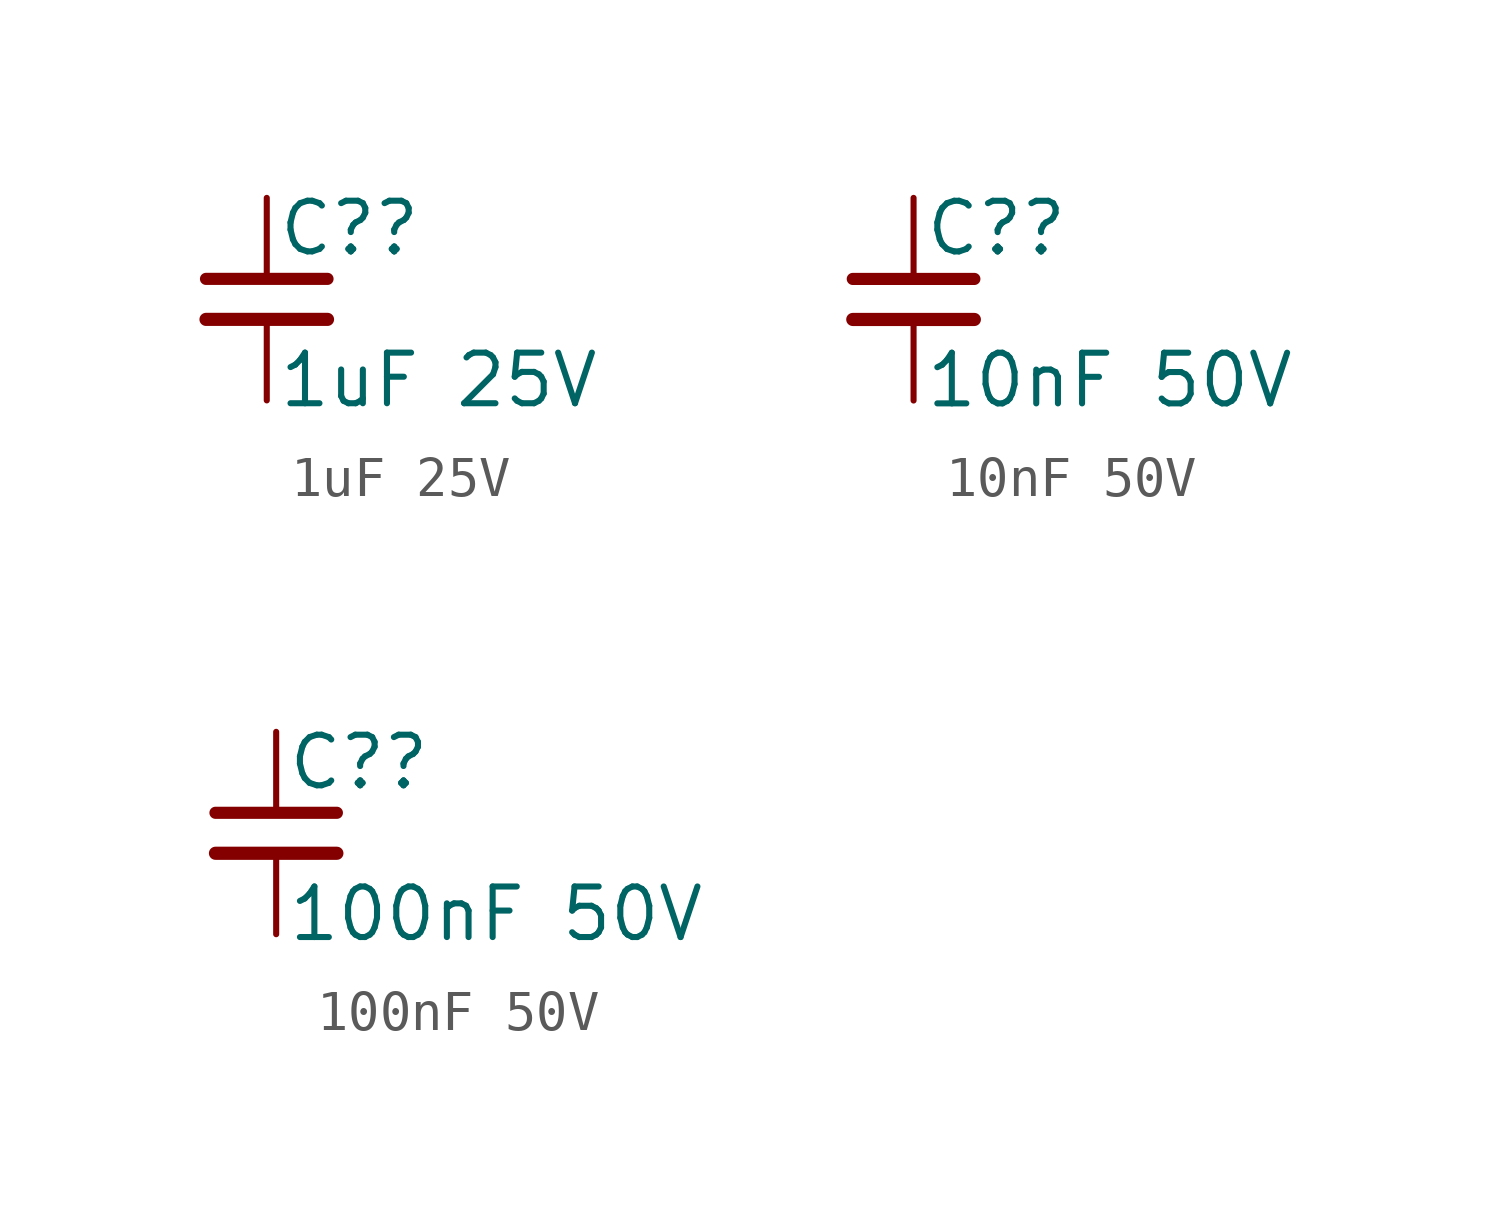
<source format=kicad_sym>
(kicad_symbol_lib
  (version 20241209)
  (generator "kicad_symbol_editor")
  (generator_version "9.0")
  (symbol "1uF 25V"
    (pin_numbers
      (hide yes))
    (pin_names
      (offset 0.254)
      (hide yes))
    (property "Reference" "C?"
      (at 0.254 1.778 0)
      (effects (font (size 1.27 1.27)) (justify left)))
    (property "Value" "1uF 25V"
      (at 0.254 -2.032 0)
      (effects (font (size 1.27 1.27)) (justify left)))
    (symbol "1uF 25V_0_1"
      (polyline (pts (xy -1.524 0.508) (xy 1.524 0.508)) (stroke (width 0.305) (type default)) (fill (type none)))
      (polyline (pts (xy -1.524 -0.508) (xy 1.524 -0.508)) (stroke (width 0.33) (type default)) (fill (type none))))
    (symbol "1uF 25V_1_1"
      (pin passive line (at 0 2.54 270) (length 2.032) (name "~" (effects (font (size 1.27 1.27)))) (number "1" (effects (font (size 1.27 1.27)))))
      (pin passive line (at 0 -2.54 90) (length 2.032) (name "~" (effects (font (size 1.27 1.27)))) (number "2" (effects (font (size 1.27 1.27)))))))
  (symbol "10nF 50V"
    (pin_numbers
      (hide yes))
    (pin_names
      (offset 0.254)
      (hide yes))
    (property "Reference" "C?"
      (at 0.254 1.778 0)
      (effects (font (size 1.27 1.27)) (justify left)))
    (property "Value" "10nF 50V"
      (at 0.254 -2.032 0)
      (effects (font (size 1.27 1.27)) (justify left)))
    (symbol "10nF 50V_0_1"
      (polyline (pts (xy -1.524 0.508) (xy 1.524 0.508)) (stroke (width 0.305) (type default)) (fill (type none)))
      (polyline (pts (xy -1.524 -0.508) (xy 1.524 -0.508)) (stroke (width 0.33) (type default)) (fill (type none))))
    (symbol "10nF 50V_1_1"
      (pin passive line (at 0 2.54 270) (length 2.032) (name "~" (effects (font (size 1.27 1.27)))) (number "1" (effects (font (size 1.27 1.27)))))
      (pin passive line (at 0 -2.54 90) (length 2.032) (name "~" (effects (font (size 1.27 1.27)))) (number "2" (effects (font (size 1.27 1.27)))))))
  (symbol "100nF 50V"
    (pin_numbers
      (hide yes))
    (pin_names
      (offset 0.254)
      (hide yes))
    (property "Reference" "C?"
      (at 0.254 1.778 0)
      (effects (font (size 1.27 1.27)) (justify left)))
    (property "Value" "100nF 50V"
      (at 0.254 -2.032 0)
      (effects (font (size 1.27 1.27)) (justify left)))
    (symbol "100nF 50V_0_1"
      (polyline (pts (xy -1.524 0.508) (xy 1.524 0.508)) (stroke (width 0.305) (type default)) (fill (type none)))
      (polyline (pts (xy -1.524 -0.508) (xy 1.524 -0.508)) (stroke (width 0.33) (type default)) (fill (type none))))
    (symbol "100nF 50V_1_1"
      (pin passive line (at 0 2.54 270) (length 2.032) (name "~" (effects (font (size 1.27 1.27)))) (number "1" (effects (font (size 1.27 1.27)))))
      (pin passive line (at 0 -2.54 90) (length 2.032) (name "~" (effects (font (size 1.27 1.27)))) (number "2" (effects (font (size 1.27 1.27))))))))
</source>
